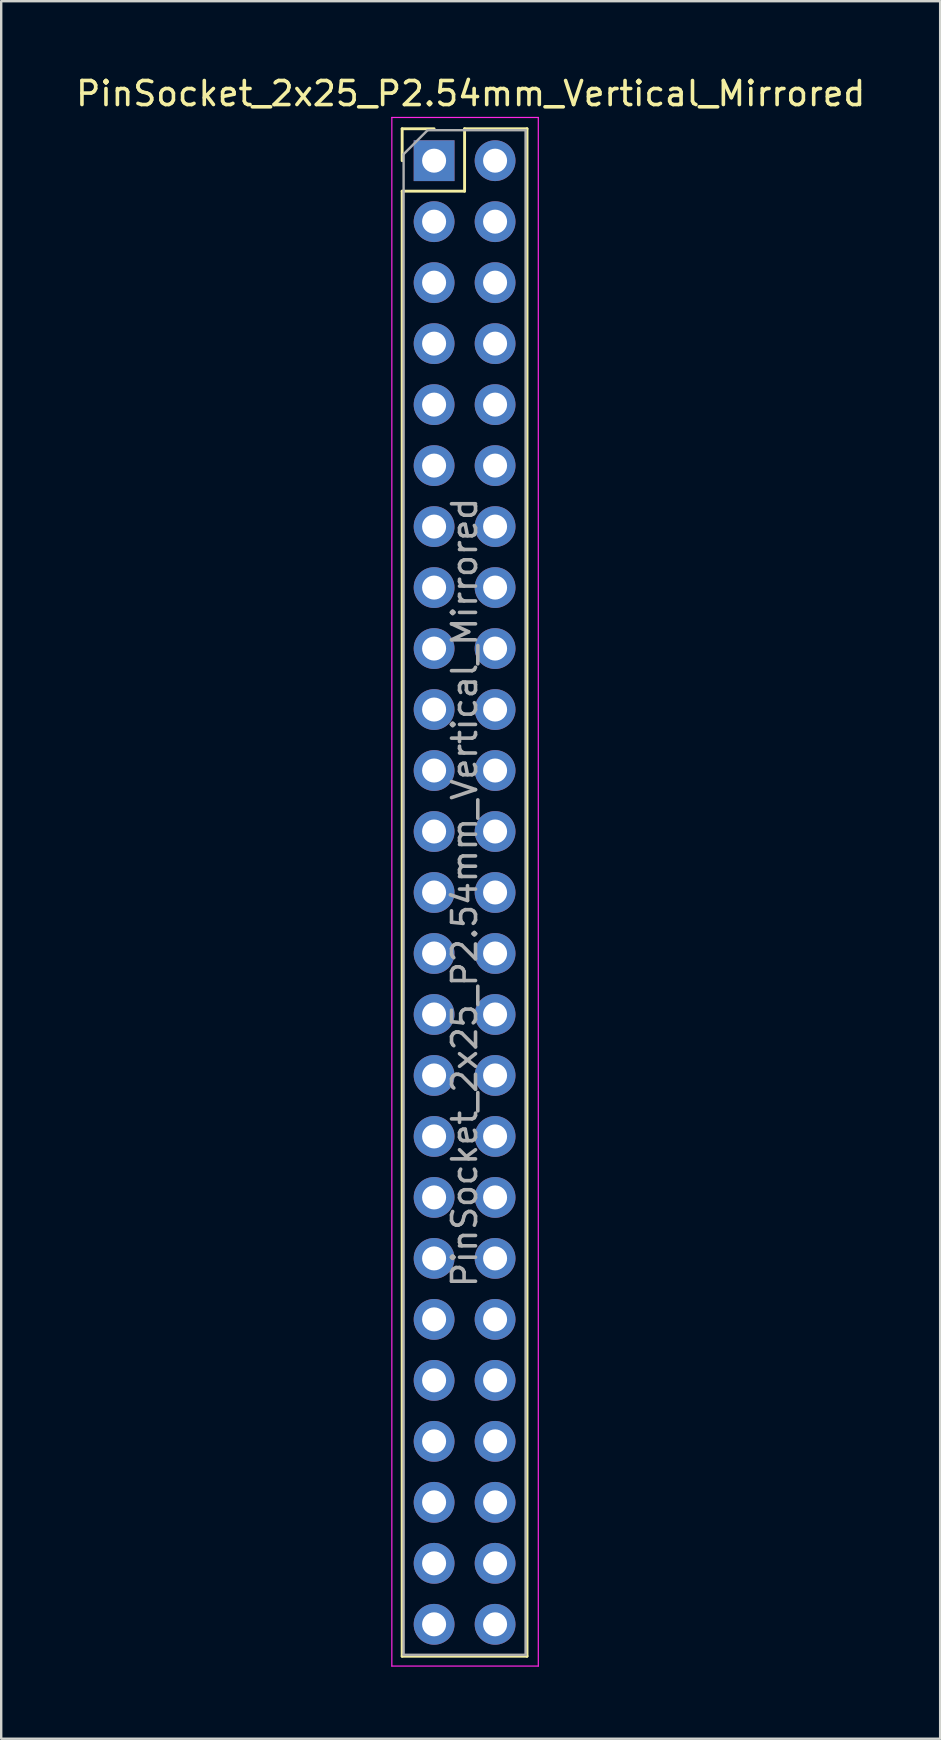
<source format=kicad_pcb>
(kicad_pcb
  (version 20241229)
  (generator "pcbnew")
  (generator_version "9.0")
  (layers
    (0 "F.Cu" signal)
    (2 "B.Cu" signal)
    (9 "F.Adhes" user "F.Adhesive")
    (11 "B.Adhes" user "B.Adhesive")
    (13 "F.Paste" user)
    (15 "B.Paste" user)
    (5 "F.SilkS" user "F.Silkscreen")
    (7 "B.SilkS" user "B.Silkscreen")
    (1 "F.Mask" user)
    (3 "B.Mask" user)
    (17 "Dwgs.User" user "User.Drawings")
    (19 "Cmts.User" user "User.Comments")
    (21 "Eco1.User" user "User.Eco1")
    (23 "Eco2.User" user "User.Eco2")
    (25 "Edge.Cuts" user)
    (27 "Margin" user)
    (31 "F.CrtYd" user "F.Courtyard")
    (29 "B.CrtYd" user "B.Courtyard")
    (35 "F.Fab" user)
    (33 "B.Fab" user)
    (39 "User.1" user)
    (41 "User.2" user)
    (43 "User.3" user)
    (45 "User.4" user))
  (footprint "PinSocket_2x25_P2.54mm_Vertical_Mirrored"
    (layer "F.Cu")
    (at 15.03 3.642)
    (property "Reference" "PinSocket_2x25_P2.54mm_Vertical_Mirrored" (at 1.524 -2.794 0) (layer "F.SilkS") (effects (font (size 1 1) (thickness 0.15))))
    (attr through_hole)
    (fp_line (start -1.33 -1.33) (end -1.33 0) (stroke (width 0.12) (type solid)) (layer "F.SilkS"))
    (fp_line (start -1.33 1.27) (end -1.33 62.29) (stroke (width 0.12) (type solid)) (layer "F.SilkS"))
    (fp_line (start 0 -1.33) (end -1.33 -1.33) (stroke (width 0.12) (type solid)) (layer "F.SilkS"))
    (fp_line (start 1.27 -1.33) (end 1.27 1.27) (stroke (width 0.12) (type solid)) (layer "F.SilkS"))
    (fp_line (start 1.27 1.27) (end -1.33 1.27) (stroke (width 0.12) (type solid)) (layer "F.SilkS"))
    (fp_line (start 3.87 -1.33) (end 1.27 -1.33) (stroke (width 0.12) (type solid)) (layer "F.SilkS"))
    (fp_line (start 3.87 -1.33) (end 3.87 62.29) (stroke (width 0.12) (type solid)) (layer "F.SilkS"))
    (fp_line (start 3.87 62.29) (end -1.33 62.29) (stroke (width 0.12) (type solid)) (layer "F.SilkS"))
    (fp_line (start -1.76 -1.8) (end -1.76 62.7) (stroke (width 0.05) (type solid)) (layer "F.CrtYd"))
    (fp_line (start -1.76 62.7) (end 4.34 62.7) (stroke (width 0.05) (type solid)) (layer "F.CrtYd"))
    (fp_line (start 4.34 -1.8) (end -1.76 -1.8) (stroke (width 0.05) (type solid)) (layer "F.CrtYd"))
    (fp_line (start 4.34 62.7) (end 4.34 -1.8) (stroke (width 0.05) (type solid)) (layer "F.CrtYd"))
    (fp_line (start -1.27 -0.27) (end -1.27 62.23) (stroke (width 0.1) (type solid)) (layer "F.Fab"))
    (fp_line (start -1.27 62.23) (end 3.81 62.23) (stroke (width 0.1) (type solid)) (layer "F.Fab"))
    (fp_line (start -0.27 -1.27) (end -1.27 -0.27) (stroke (width 0.1) (type solid)) (layer "F.Fab"))
    (fp_line (start 3.81 -1.27) (end -0.27 -1.27) (stroke (width 0.1) (type solid)) (layer "F.Fab"))
    (fp_line (start 3.81 62.23) (end 3.81 -1.27) (stroke (width 0.1) (type solid)) (layer "F.Fab"))
    (fp_text user "${REFERENCE}" (at 1.27 30.48 90) (layer "F.Fab") (effects (font (size 1 1) (thickness 0.15))))
    (pad "1" thru_hole rect (at 0 0) (size 1.7 1.7) (drill 1) (layers "*.Cu" "*.Mask"))
    (pad "2" thru_hole oval (at 2.54 0) (size 1.7 1.7) (drill 1) (layers "*.Cu" "*.Mask"))
    (pad "3" thru_hole oval (at 0 2.54) (size 1.7 1.7) (drill 1) (layers "*.Cu" "*.Mask"))
    (pad "4" thru_hole oval (at 2.54 2.54) (size 1.7 1.7) (drill 1) (layers "*.Cu" "*.Mask"))
    (pad "5" thru_hole oval (at 0 5.08) (size 1.7 1.7) (drill 1) (layers "*.Cu" "*.Mask"))
    (pad "6" thru_hole oval (at 2.54 5.08) (size 1.7 1.7) (drill 1) (layers "*.Cu" "*.Mask"))
    (pad "7" thru_hole oval (at 0 7.62) (size 1.7 1.7) (drill 1) (layers "*.Cu" "*.Mask"))
    (pad "8" thru_hole oval (at 2.54 7.62) (size 1.7 1.7) (drill 1) (layers "*.Cu" "*.Mask"))
    (pad "9" thru_hole oval (at 0 10.16) (size 1.7 1.7) (drill 1) (layers "*.Cu" "*.Mask"))
    (pad "10" thru_hole oval (at 2.54 10.16) (size 1.7 1.7) (drill 1) (layers "*.Cu" "*.Mask"))
    (pad "11" thru_hole oval (at 0 12.7) (size 1.7 1.7) (drill 1) (layers "*.Cu" "*.Mask"))
    (pad "12" thru_hole oval (at 2.54 12.7) (size 1.7 1.7) (drill 1) (layers "*.Cu" "*.Mask"))
    (pad "13" thru_hole oval (at 0 15.24) (size 1.7 1.7) (drill 1) (layers "*.Cu" "*.Mask"))
    (pad "14" thru_hole oval (at 2.54 15.24) (size 1.7 1.7) (drill 1) (layers "*.Cu" "*.Mask"))
    (pad "15" thru_hole oval (at 0 17.78) (size 1.7 1.7) (drill 1) (layers "*.Cu" "*.Mask"))
    (pad "16" thru_hole oval (at 2.54 17.78) (size 1.7 1.7) (drill 1) (layers "*.Cu" "*.Mask"))
    (pad "17" thru_hole oval (at 0 20.32) (size 1.7 1.7) (drill 1) (layers "*.Cu" "*.Mask"))
    (pad "18" thru_hole oval (at 2.54 20.32) (size 1.7 1.7) (drill 1) (layers "*.Cu" "*.Mask"))
    (pad "19" thru_hole oval (at 0 22.86) (size 1.7 1.7) (drill 1) (layers "*.Cu" "*.Mask"))
    (pad "20" thru_hole oval (at 2.54 22.86) (size 1.7 1.7) (drill 1) (layers "*.Cu" "*.Mask"))
    (pad "21" thru_hole oval (at 0 25.4) (size 1.7 1.7) (drill 1) (layers "*.Cu" "*.Mask"))
    (pad "22" thru_hole oval (at 2.54 25.4) (size 1.7 1.7) (drill 1) (layers "*.Cu" "*.Mask"))
    (pad "23" thru_hole oval (at 0 27.94) (size 1.7 1.7) (drill 1) (layers "*.Cu" "*.Mask"))
    (pad "24" thru_hole oval (at 2.54 27.94) (size 1.7 1.7) (drill 1) (layers "*.Cu" "*.Mask"))
    (pad "25" thru_hole oval (at 0 30.48) (size 1.7 1.7) (drill 1) (layers "*.Cu" "*.Mask"))
    (pad "26" thru_hole oval (at 2.54 30.48) (size 1.7 1.7) (drill 1) (layers "*.Cu" "*.Mask"))
    (pad "27" thru_hole oval (at 0 33.02) (size 1.7 1.7) (drill 1) (layers "*.Cu" "*.Mask"))
    (pad "28" thru_hole oval (at 2.54 33.02) (size 1.7 1.7) (drill 1) (layers "*.Cu" "*.Mask"))
    (pad "29" thru_hole oval (at 0 35.56) (size 1.7 1.7) (drill 1) (layers "*.Cu" "*.Mask"))
    (pad "30" thru_hole oval (at 2.54 35.56) (size 1.7 1.7) (drill 1) (layers "*.Cu" "*.Mask"))
    (pad "31" thru_hole oval (at 0 38.1) (size 1.7 1.7) (drill 1) (layers "*.Cu" "*.Mask"))
    (pad "32" thru_hole oval (at 2.54 38.1) (size 1.7 1.7) (drill 1) (layers "*.Cu" "*.Mask"))
    (pad "33" thru_hole oval (at 0 40.64) (size 1.7 1.7) (drill 1) (layers "*.Cu" "*.Mask"))
    (pad "34" thru_hole oval (at 2.54 40.64) (size 1.7 1.7) (drill 1) (layers "*.Cu" "*.Mask"))
    (pad "35" thru_hole oval (at 0 43.18) (size 1.7 1.7) (drill 1) (layers "*.Cu" "*.Mask"))
    (pad "36" thru_hole oval (at 2.54 43.18) (size 1.7 1.7) (drill 1) (layers "*.Cu" "*.Mask"))
    (pad "37" thru_hole oval (at 0 45.72) (size 1.7 1.7) (drill 1) (layers "*.Cu" "*.Mask"))
    (pad "38" thru_hole oval (at 2.54 45.72) (size 1.7 1.7) (drill 1) (layers "*.Cu" "*.Mask"))
    (pad "39" thru_hole oval (at 0 48.26) (size 1.7 1.7) (drill 1) (layers "*.Cu" "*.Mask"))
    (pad "40" thru_hole oval (at 2.54 48.26) (size 1.7 1.7) (drill 1) (layers "*.Cu" "*.Mask"))
    (pad "41" thru_hole oval (at 0 50.8) (size 1.7 1.7) (drill 1) (layers "*.Cu" "*.Mask"))
    (pad "42" thru_hole oval (at 2.54 50.8) (size 1.7 1.7) (drill 1) (layers "*.Cu" "*.Mask"))
    (pad "43" thru_hole oval (at 0 53.34) (size 1.7 1.7) (drill 1) (layers "*.Cu" "*.Mask"))
    (pad "44" thru_hole oval (at 2.54 53.34) (size 1.7 1.7) (drill 1) (layers "*.Cu" "*.Mask"))
    (pad "45" thru_hole oval (at 0 55.88) (size 1.7 1.7) (drill 1) (layers "*.Cu" "*.Mask"))
    (pad "46" thru_hole oval (at 2.54 55.88) (size 1.7 1.7) (drill 1) (layers "*.Cu" "*.Mask"))
    (pad "47" thru_hole oval (at 0 58.42) (size 1.7 1.7) (drill 1) (layers "*.Cu" "*.Mask"))
    (pad "48" thru_hole oval (at 2.54 58.42) (size 1.7 1.7) (drill 1) (layers "*.Cu" "*.Mask"))
    (pad "49" thru_hole oval (at 0 60.96) (size 1.7 1.7) (drill 1) (layers "*.Cu" "*.Mask"))
    (pad "50" thru_hole oval (at 2.54 60.96) (size 1.7 1.7) (drill 1) (layers "*.Cu" "*.Mask")))
  (gr_rect
    (start -3 -3)
    (end 36.107 69.367)
    (stroke (width 0.1) (type default))
    (fill no)
    (layer "Edge.Cuts")))
</source>
